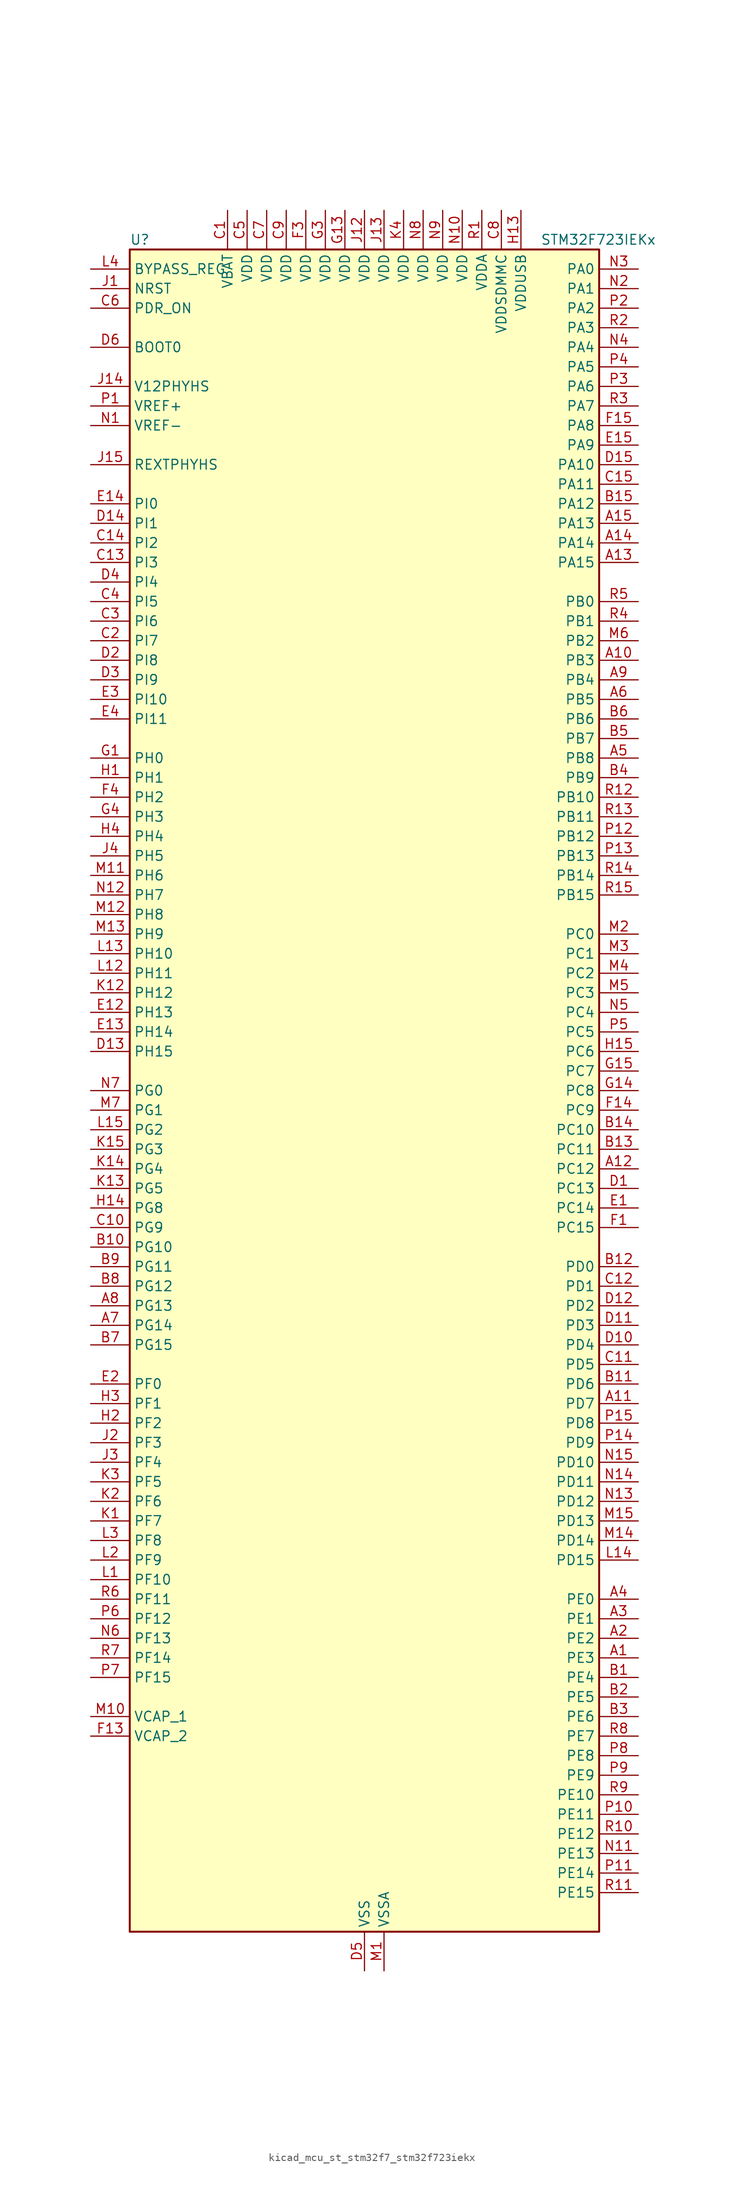
<source format=kicad_sym>
(kicad_symbol_lib
  (version 20220914)
  (generator kicad_symbol_editor)
  (symbol "kicad_mcu_st_stm32f7_stm32f723iekx"
    (property "Reference" "U"
      (at -30.48 110.49 0)
      (effects (font (size 1.27 1.27)) (justify left)))
    (property "Value" "STM32F723IEKx"
      (at 22.86 110.49 0)
      (effects (font (size 1.27 1.27)) (justify left)))
    (property "ki_locked" ""
      (at 0 0 0)
      (effects (font (size 1.27 1.27))))
    (symbol "kicad_mcu_st_stm32f7_stm32f723iekx_0_1"
      (rectangle (start -30.48 -109.22) (end 30.48 109.22) (stroke (width 0.254) (type default)) (fill (type background))))
    (symbol "kicad_mcu_st_stm32f7_stm32f723iekx_1_1"
      (pin bidirectional line (at 35.56 -73.66 180) (length 5.08) (name "PE3" (effects (font (size 1.27 1.27)))) (number "A1" (effects (font (size 1.27 1.27)))) (alternate "FMC_A19" bidirectional line) (alternate "SAI1_SD_B" bidirectional line) (alternate "SYS_TRACED0" bidirectional line))
      (pin bidirectional line (at 35.56 55.88 180) (length 5.08) (name "PB3" (effects (font (size 1.27 1.27)))) (number "A10" (effects (font (size 1.27 1.27)))) (alternate "I2S1_CK" bidirectional line) (alternate "I2S3_CK" bidirectional line) (alternate "SDMMC2_D2" bidirectional line) (alternate "SPI1_SCK" bidirectional line) (alternate "SPI3_SCK" bidirectional line) (alternate "SYS_JTDO-SWO" bidirectional line) (alternate "TIM2_CH2" bidirectional line))
      (pin bidirectional line (at 35.56 -40.64 180) (length 5.08) (name "PD7" (effects (font (size 1.27 1.27)))) (number "A11" (effects (font (size 1.27 1.27)))) (alternate "FMC_NE1" bidirectional line) (alternate "SDMMC2_CMD" bidirectional line) (alternate "USART2_CK" bidirectional line))
      (pin bidirectional line (at 35.56 -10.16 180) (length 5.08) (name "PC12" (effects (font (size 1.27 1.27)))) (number "A12" (effects (font (size 1.27 1.27)))) (alternate "I2S3_SD" bidirectional line) (alternate "SDMMC1_CK" bidirectional line) (alternate "SPI3_MOSI" bidirectional line) (alternate "SYS_TRACED3" bidirectional line) (alternate "UART5_TX" bidirectional line) (alternate "USART3_CK" bidirectional line))
      (pin bidirectional line (at 35.56 68.58 180) (length 5.08) (name "PA15" (effects (font (size 1.27 1.27)))) (number "A13" (effects (font (size 1.27 1.27)))) (alternate "I2S1_WS" bidirectional line) (alternate "I2S3_WS" bidirectional line) (alternate "SPI1_NSS" bidirectional line) (alternate "SPI3_NSS" bidirectional line) (alternate "SYS_JTDI" bidirectional line) (alternate "TIM2_CH1" bidirectional line) (alternate "TIM2_ETR" bidirectional line) (alternate "UART4_DE" bidirectional line) (alternate "UART4_RTS" bidirectional line))
      (pin bidirectional line (at 35.56 71.12 180) (length 5.08) (name "PA14" (effects (font (size 1.27 1.27)))) (number "A14" (effects (font (size 1.27 1.27)))) (alternate "SYS_JTCK-SWCLK" bidirectional line))
      (pin bidirectional line (at 35.56 73.66 180) (length 5.08) (name "PA13" (effects (font (size 1.27 1.27)))) (number "A15" (effects (font (size 1.27 1.27)))) (alternate "SYS_JTMS-SWDIO" bidirectional line))
      (pin bidirectional line (at 35.56 -71.12 180) (length 5.08) (name "PE2" (effects (font (size 1.27 1.27)))) (number "A2" (effects (font (size 1.27 1.27)))) (alternate "FMC_A23" bidirectional line) (alternate "QUADSPI_BK1_IO2" bidirectional line) (alternate "SAI1_MCLK_A" bidirectional line) (alternate "SPI4_SCK" bidirectional line) (alternate "SYS_TRACECLK" bidirectional line))
      (pin bidirectional line (at 35.56 -68.58 180) (length 5.08) (name "PE1" (effects (font (size 1.27 1.27)))) (number "A3" (effects (font (size 1.27 1.27)))) (alternate "FMC_NBL1" bidirectional line) (alternate "LPTIM1_IN2" bidirectional line) (alternate "UART8_TX" bidirectional line))
      (pin bidirectional line (at 35.56 -66.04 180) (length 5.08) (name "PE0" (effects (font (size 1.27 1.27)))) (number "A4" (effects (font (size 1.27 1.27)))) (alternate "FMC_NBL0" bidirectional line) (alternate "LPTIM1_ETR" bidirectional line) (alternate "SAI2_MCLK_A" bidirectional line) (alternate "TIM4_ETR" bidirectional line) (alternate "UART8_RX" bidirectional line))
      (pin bidirectional line (at 35.56 43.18 180) (length 5.08) (name "PB8" (effects (font (size 1.27 1.27)))) (number "A5" (effects (font (size 1.27 1.27)))) (alternate "CAN1_RX" bidirectional line) (alternate "I2C1_SCL" bidirectional line) (alternate "SDMMC1_D4" bidirectional line) (alternate "SDMMC2_D4" bidirectional line) (alternate "TIM10_CH1" bidirectional line) (alternate "TIM4_CH3" bidirectional line))
      (pin bidirectional line (at 35.56 50.8 180) (length 5.08) (name "PB5" (effects (font (size 1.27 1.27)))) (number "A6" (effects (font (size 1.27 1.27)))) (alternate "FMC_SDCKE1" bidirectional line) (alternate "I2C1_SMBA" bidirectional line) (alternate "I2S1_SD" bidirectional line) (alternate "I2S3_SD" bidirectional line) (alternate "SPI1_MOSI" bidirectional line) (alternate "SPI3_MOSI" bidirectional line) (alternate "TIM3_CH2" bidirectional line))
      (pin bidirectional line (at -35.56 -30.48 0) (length 5.08) (name "PG14" (effects (font (size 1.27 1.27)))) (number "A7" (effects (font (size 1.27 1.27)))) (alternate "FMC_A25" bidirectional line) (alternate "LPTIM1_ETR" bidirectional line) (alternate "QUADSPI_BK2_IO3" bidirectional line) (alternate "SYS_TRACED1" bidirectional line) (alternate "USART6_TX" bidirectional line))
      (pin bidirectional line (at -35.56 -27.94 0) (length 5.08) (name "PG13" (effects (font (size 1.27 1.27)))) (number "A8" (effects (font (size 1.27 1.27)))) (alternate "FMC_A24" bidirectional line) (alternate "LPTIM1_OUT" bidirectional line) (alternate "SYS_TRACED0" bidirectional line) (alternate "USART6_CTS" bidirectional line))
      (pin bidirectional line (at 35.56 53.34 180) (length 5.08) (name "PB4" (effects (font (size 1.27 1.27)))) (number "A9" (effects (font (size 1.27 1.27)))) (alternate "I2S2_WS" bidirectional line) (alternate "SDMMC2_D3" bidirectional line) (alternate "SPI1_MISO" bidirectional line) (alternate "SPI2_NSS" bidirectional line) (alternate "SPI3_MISO" bidirectional line) (alternate "SYS_JTRST" bidirectional line) (alternate "TIM3_CH1" bidirectional line))
      (pin bidirectional line (at 35.56 -76.2 180) (length 5.08) (name "PE4" (effects (font (size 1.27 1.27)))) (number "B1" (effects (font (size 1.27 1.27)))) (alternate "FMC_A20" bidirectional line) (alternate "SAI1_FS_A" bidirectional line) (alternate "SPI4_NSS" bidirectional line) (alternate "SYS_TRACED1" bidirectional line))
      (pin bidirectional line (at -35.56 -20.32 0) (length 5.08) (name "PG10" (effects (font (size 1.27 1.27)))) (number "B10" (effects (font (size 1.27 1.27)))) (alternate "FMC_NE3" bidirectional line) (alternate "SAI2_SD_B" bidirectional line) (alternate "SDMMC2_D1" bidirectional line))
      (pin bidirectional line (at 35.56 -38.1 180) (length 5.08) (name "PD6" (effects (font (size 1.27 1.27)))) (number "B11" (effects (font (size 1.27 1.27)))) (alternate "FMC_NWAIT" bidirectional line) (alternate "I2S3_SD" bidirectional line) (alternate "SAI1_SD_A" bidirectional line) (alternate "SDMMC2_CK" bidirectional line) (alternate "SPI3_MOSI" bidirectional line) (alternate "USART2_RX" bidirectional line))
      (pin bidirectional line (at 35.56 -22.86 180) (length 5.08) (name "PD0" (effects (font (size 1.27 1.27)))) (number "B12" (effects (font (size 1.27 1.27)))) (alternate "CAN1_RX" bidirectional line) (alternate "FMC_D2" bidirectional line) (alternate "FMC_DA2" bidirectional line))
      (pin bidirectional line (at 35.56 -7.62 180) (length 5.08) (name "PC11" (effects (font (size 1.27 1.27)))) (number "B13" (effects (font (size 1.27 1.27)))) (alternate "ADC1_EXTI11" bidirectional line) (alternate "ADC2_EXTI11" bidirectional line) (alternate "ADC3_EXTI11" bidirectional line) (alternate "QUADSPI_BK2_NCS" bidirectional line) (alternate "SDMMC1_D3" bidirectional line) (alternate "SPI3_MISO" bidirectional line) (alternate "UART4_RX" bidirectional line) (alternate "USART3_RX" bidirectional line))
      (pin bidirectional line (at 35.56 -5.08 180) (length 5.08) (name "PC10" (effects (font (size 1.27 1.27)))) (number "B14" (effects (font (size 1.27 1.27)))) (alternate "I2S3_CK" bidirectional line) (alternate "QUADSPI_BK1_IO1" bidirectional line) (alternate "SDMMC1_D2" bidirectional line) (alternate "SPI3_SCK" bidirectional line) (alternate "UART4_TX" bidirectional line) (alternate "USART3_TX" bidirectional line))
      (pin bidirectional line (at 35.56 76.2 180) (length 5.08) (name "PA12" (effects (font (size 1.27 1.27)))) (number "B15" (effects (font (size 1.27 1.27)))) (alternate "CAN1_TX" bidirectional line) (alternate "SAI2_FS_B" bidirectional line) (alternate "TIM1_ETR" bidirectional line) (alternate "USART1_DE" bidirectional line) (alternate "USART1_RTS" bidirectional line) (alternate "USB_OTG_FS_DP" bidirectional line))
      (pin bidirectional line (at 35.56 -78.74 180) (length 5.08) (name "PE5" (effects (font (size 1.27 1.27)))) (number "B2" (effects (font (size 1.27 1.27)))) (alternate "FMC_A21" bidirectional line) (alternate "SAI1_SCK_A" bidirectional line) (alternate "SPI4_MISO" bidirectional line) (alternate "SYS_TRACED2" bidirectional line) (alternate "TIM9_CH1" bidirectional line))
      (pin bidirectional line (at 35.56 -81.28 180) (length 5.08) (name "PE6" (effects (font (size 1.27 1.27)))) (number "B3" (effects (font (size 1.27 1.27)))) (alternate "FMC_A22" bidirectional line) (alternate "SAI1_SD_A" bidirectional line) (alternate "SAI2_MCLK_B" bidirectional line) (alternate "SPI4_MOSI" bidirectional line) (alternate "SYS_TRACED3" bidirectional line) (alternate "TIM1_BKIN2" bidirectional line) (alternate "TIM9_CH2" bidirectional line))
      (pin bidirectional line (at 35.56 40.64 180) (length 5.08) (name "PB9" (effects (font (size 1.27 1.27)))) (number "B4" (effects (font (size 1.27 1.27)))) (alternate "CAN1_TX" bidirectional line) (alternate "DAC_EXTI9" bidirectional line) (alternate "I2C1_SDA" bidirectional line) (alternate "I2S2_WS" bidirectional line) (alternate "SDMMC1_D5" bidirectional line) (alternate "SDMMC2_D5" bidirectional line) (alternate "SPI2_NSS" bidirectional line) (alternate "TIM11_CH1" bidirectional line) (alternate "TIM4_CH4" bidirectional line))
      (pin bidirectional line (at 35.56 45.72 180) (length 5.08) (name "PB7" (effects (font (size 1.27 1.27)))) (number "B5" (effects (font (size 1.27 1.27)))) (alternate "FMC_NL" bidirectional line) (alternate "I2C1_SDA" bidirectional line) (alternate "TIM4_CH2" bidirectional line) (alternate "USART1_RX" bidirectional line))
      (pin bidirectional line (at 35.56 48.26 180) (length 5.08) (name "PB6" (effects (font (size 1.27 1.27)))) (number "B6" (effects (font (size 1.27 1.27)))) (alternate "FMC_SDNE1" bidirectional line) (alternate "I2C1_SCL" bidirectional line) (alternate "QUADSPI_BK1_NCS" bidirectional line) (alternate "TIM4_CH1" bidirectional line) (alternate "USART1_TX" bidirectional line))
      (pin bidirectional line (at -35.56 -33.02 0) (length 5.08) (name "PG15" (effects (font (size 1.27 1.27)))) (number "B7" (effects (font (size 1.27 1.27)))) (alternate "FMC_SDNCAS" bidirectional line) (alternate "USART6_CTS" bidirectional line))
      (pin bidirectional line (at -35.56 -25.4 0) (length 5.08) (name "PG12" (effects (font (size 1.27 1.27)))) (number "B8" (effects (font (size 1.27 1.27)))) (alternate "FMC_NE4" bidirectional line) (alternate "LPTIM1_IN1" bidirectional line) (alternate "SDMMC2_D3" bidirectional line) (alternate "USART6_DE" bidirectional line) (alternate "USART6_RTS" bidirectional line))
      (pin bidirectional line (at -35.56 -22.86 0) (length 5.08) (name "PG11" (effects (font (size 1.27 1.27)))) (number "B9" (effects (font (size 1.27 1.27)))) (alternate "ADC1_EXTI11" bidirectional line) (alternate "ADC2_EXTI11" bidirectional line) (alternate "ADC3_EXTI11" bidirectional line) (alternate "FMC_INT" bidirectional line) (alternate "SDMMC2_D2" bidirectional line))
      (pin power_in line (at -17.78 114.3 270) (length 5.08) (name "VBAT" (effects (font (size 1.27 1.27)))) (number "C1" (effects (font (size 1.27 1.27)))))
      (pin bidirectional line (at -35.56 -17.78 0) (length 5.08) (name "PG9" (effects (font (size 1.27 1.27)))) (number "C10" (effects (font (size 1.27 1.27)))) (alternate "DAC_EXTI9" bidirectional line) (alternate "FMC_NCE" bidirectional line) (alternate "FMC_NE2" bidirectional line) (alternate "QUADSPI_BK2_IO2" bidirectional line) (alternate "SAI2_FS_B" bidirectional line) (alternate "SDMMC2_D0" bidirectional line) (alternate "USART6_RX" bidirectional line))
      (pin bidirectional line (at 35.56 -35.56 180) (length 5.08) (name "PD5" (effects (font (size 1.27 1.27)))) (number "C11" (effects (font (size 1.27 1.27)))) (alternate "FMC_NWE" bidirectional line) (alternate "USART2_TX" bidirectional line))
      (pin bidirectional line (at 35.56 -25.4 180) (length 5.08) (name "PD1" (effects (font (size 1.27 1.27)))) (number "C12" (effects (font (size 1.27 1.27)))) (alternate "CAN1_TX" bidirectional line) (alternate "FMC_D3" bidirectional line) (alternate "FMC_DA3" bidirectional line))
      (pin bidirectional line (at -35.56 68.58 0) (length 5.08) (name "PI3" (effects (font (size 1.27 1.27)))) (number "C13" (effects (font (size 1.27 1.27)))) (alternate "FMC_D27" bidirectional line) (alternate "I2S2_SD" bidirectional line) (alternate "SPI2_MOSI" bidirectional line) (alternate "TIM8_ETR" bidirectional line))
      (pin bidirectional line (at -35.56 71.12 0) (length 5.08) (name "PI2" (effects (font (size 1.27 1.27)))) (number "C14" (effects (font (size 1.27 1.27)))) (alternate "FMC_D26" bidirectional line) (alternate "SPI2_MISO" bidirectional line) (alternate "TIM8_CH4" bidirectional line))
      (pin bidirectional line (at 35.56 78.74 180) (length 5.08) (name "PA11" (effects (font (size 1.27 1.27)))) (number "C15" (effects (font (size 1.27 1.27)))) (alternate "ADC1_EXTI11" bidirectional line) (alternate "ADC2_EXTI11" bidirectional line) (alternate "ADC3_EXTI11" bidirectional line) (alternate "CAN1_RX" bidirectional line) (alternate "TIM1_CH4" bidirectional line) (alternate "USART1_CTS" bidirectional line) (alternate "USB_OTG_FS_DM" bidirectional line))
      (pin bidirectional line (at -35.56 58.42 0) (length 5.08) (name "PI7" (effects (font (size 1.27 1.27)))) (number "C2" (effects (font (size 1.27 1.27)))) (alternate "FMC_D29" bidirectional line) (alternate "SAI2_FS_A" bidirectional line) (alternate "TIM8_CH3" bidirectional line))
      (pin bidirectional line (at -35.56 60.96 0) (length 5.08) (name "PI6" (effects (font (size 1.27 1.27)))) (number "C3" (effects (font (size 1.27 1.27)))) (alternate "FMC_D28" bidirectional line) (alternate "SAI2_SD_A" bidirectional line) (alternate "TIM8_CH2" bidirectional line))
      (pin bidirectional line (at -35.56 63.5 0) (length 5.08) (name "PI5" (effects (font (size 1.27 1.27)))) (number "C4" (effects (font (size 1.27 1.27)))) (alternate "FMC_NBL3" bidirectional line) (alternate "SAI2_SCK_A" bidirectional line) (alternate "TIM8_CH1" bidirectional line))
      (pin power_in line (at -15.24 114.3 270) (length 5.08) (name "VDD" (effects (font (size 1.27 1.27)))) (number "C5" (effects (font (size 1.27 1.27)))))
      (pin input line (at -35.56 101.6 0) (length 5.08) (name "PDR_ON" (effects (font (size 1.27 1.27)))) (number "C6" (effects (font (size 1.27 1.27)))))
      (pin power_in line (at -12.7 114.3 270) (length 5.08) (name "VDD" (effects (font (size 1.27 1.27)))) (number "C7" (effects (font (size 1.27 1.27)))))
      (pin power_in line (at 17.78 114.3 270) (length 5.08) (name "VDDSDMMC" (effects (font (size 1.27 1.27)))) (number "C8" (effects (font (size 1.27 1.27)))))
      (pin power_in line (at -10.16 114.3 270) (length 5.08) (name "VDD" (effects (font (size 1.27 1.27)))) (number "C9" (effects (font (size 1.27 1.27)))))
      (pin bidirectional line (at 35.56 -12.7 180) (length 5.08) (name "PC13" (effects (font (size 1.27 1.27)))) (number "D1" (effects (font (size 1.27 1.27)))) (alternate "RTC_OUT" bidirectional line) (alternate "RTC_TAMP1" bidirectional line) (alternate "RTC_TS" bidirectional line) (alternate "SYS_WKUP4" bidirectional line))
      (pin bidirectional line (at 35.56 -33.02 180) (length 5.08) (name "PD4" (effects (font (size 1.27 1.27)))) (number "D10" (effects (font (size 1.27 1.27)))) (alternate "FMC_NOE" bidirectional line) (alternate "USART2_DE" bidirectional line) (alternate "USART2_RTS" bidirectional line))
      (pin bidirectional line (at 35.56 -30.48 180) (length 5.08) (name "PD3" (effects (font (size 1.27 1.27)))) (number "D11" (effects (font (size 1.27 1.27)))) (alternate "FMC_CLK" bidirectional line) (alternate "I2S2_CK" bidirectional line) (alternate "SPI2_SCK" bidirectional line) (alternate "USART2_CTS" bidirectional line))
      (pin bidirectional line (at 35.56 -27.94 180) (length 5.08) (name "PD2" (effects (font (size 1.27 1.27)))) (number "D12" (effects (font (size 1.27 1.27)))) (alternate "SDMMC1_CMD" bidirectional line) (alternate "SYS_TRACED2" bidirectional line) (alternate "TIM3_ETR" bidirectional line) (alternate "UART5_RX" bidirectional line))
      (pin bidirectional line (at -35.56 5.08 0) (length 5.08) (name "PH15" (effects (font (size 1.27 1.27)))) (number "D13" (effects (font (size 1.27 1.27)))) (alternate "FMC_D23" bidirectional line) (alternate "TIM8_CH3N" bidirectional line))
      (pin bidirectional line (at -35.56 73.66 0) (length 5.08) (name "PI1" (effects (font (size 1.27 1.27)))) (number "D14" (effects (font (size 1.27 1.27)))) (alternate "FMC_D25" bidirectional line) (alternate "I2S2_CK" bidirectional line) (alternate "SPI2_SCK" bidirectional line) (alternate "TIM8_BKIN2" bidirectional line))
      (pin bidirectional line (at 35.56 81.28 180) (length 5.08) (name "PA10" (effects (font (size 1.27 1.27)))) (number "D15" (effects (font (size 1.27 1.27)))) (alternate "TIM1_CH3" bidirectional line) (alternate "USART1_RX" bidirectional line) (alternate "USB_OTG_FS_ID" bidirectional line))
      (pin bidirectional line (at -35.56 55.88 0) (length 5.08) (name "PI8" (effects (font (size 1.27 1.27)))) (number "D2" (effects (font (size 1.27 1.27)))) (alternate "RTC_TAMP2" bidirectional line) (alternate "RTC_TS" bidirectional line) (alternate "SYS_WKUP5" bidirectional line))
      (pin bidirectional line (at -35.56 53.34 0) (length 5.08) (name "PI9" (effects (font (size 1.27 1.27)))) (number "D3" (effects (font (size 1.27 1.27)))) (alternate "CAN1_RX" bidirectional line) (alternate "DAC_EXTI9" bidirectional line) (alternate "FMC_D30" bidirectional line) (alternate "UART4_RX" bidirectional line))
      (pin bidirectional line (at -35.56 66.04 0) (length 5.08) (name "PI4" (effects (font (size 1.27 1.27)))) (number "D4" (effects (font (size 1.27 1.27)))) (alternate "FMC_NBL2" bidirectional line) (alternate "SAI2_MCLK_A" bidirectional line) (alternate "TIM8_BKIN" bidirectional line))
      (pin power_in line (at 0 -114.3 90) (length 5.08) (name "VSS" (effects (font (size 1.27 1.27)))) (number "D5" (effects (font (size 1.27 1.27)))))
      (pin input line (at -35.56 96.52 0) (length 5.08) (name "BOOT0" (effects (font (size 1.27 1.27)))) (number "D6" (effects (font (size 1.27 1.27)))))
      (pin passive line (at 0 -114.3 90) (length 5.08) hide (name "VSS" (effects (font (size 1.27 1.27)))) (number "D7" (effects (font (size 1.27 1.27)))))
      (pin passive line (at 0 -114.3 90) (length 5.08) hide (name "VSS" (effects (font (size 1.27 1.27)))) (number "D8" (effects (font (size 1.27 1.27)))))
      (pin passive line (at 0 -114.3 90) (length 5.08) hide (name "VSS" (effects (font (size 1.27 1.27)))) (number "D9" (effects (font (size 1.27 1.27)))))
      (pin bidirectional line (at 35.56 -15.24 180) (length 5.08) (name "PC14" (effects (font (size 1.27 1.27)))) (number "E1" (effects (font (size 1.27 1.27)))) (alternate "RCC_OSC32_IN" bidirectional line))
      (pin bidirectional line (at -35.56 10.16 0) (length 5.08) (name "PH13" (effects (font (size 1.27 1.27)))) (number "E12" (effects (font (size 1.27 1.27)))) (alternate "CAN1_TX" bidirectional line) (alternate "FMC_D21" bidirectional line) (alternate "TIM8_CH1N" bidirectional line) (alternate "UART4_TX" bidirectional line))
      (pin bidirectional line (at -35.56 7.62 0) (length 5.08) (name "PH14" (effects (font (size 1.27 1.27)))) (number "E13" (effects (font (size 1.27 1.27)))) (alternate "CAN1_RX" bidirectional line) (alternate "FMC_D22" bidirectional line) (alternate "TIM8_CH2N" bidirectional line) (alternate "UART4_RX" bidirectional line))
      (pin bidirectional line (at -35.56 76.2 0) (length 5.08) (name "PI0" (effects (font (size 1.27 1.27)))) (number "E14" (effects (font (size 1.27 1.27)))) (alternate "FMC_D24" bidirectional line) (alternate "I2S2_WS" bidirectional line) (alternate "SPI2_NSS" bidirectional line) (alternate "TIM5_CH4" bidirectional line))
      (pin bidirectional line (at 35.56 83.82 180) (length 5.08) (name "PA9" (effects (font (size 1.27 1.27)))) (number "E15" (effects (font (size 1.27 1.27)))) (alternate "DAC_EXTI9" bidirectional line) (alternate "I2C3_SMBA" bidirectional line) (alternate "I2S2_CK" bidirectional line) (alternate "SPI2_SCK" bidirectional line) (alternate "TIM1_CH2" bidirectional line) (alternate "USART1_TX" bidirectional line) (alternate "USB_OTG_FS_VBUS" bidirectional line))
      (pin bidirectional line (at -35.56 -38.1 0) (length 5.08) (name "PF0" (effects (font (size 1.27 1.27)))) (number "E2" (effects (font (size 1.27 1.27)))) (alternate "FMC_A0" bidirectional line) (alternate "I2C2_SDA" bidirectional line))
      (pin bidirectional line (at -35.56 50.8 0) (length 5.08) (name "PI10" (effects (font (size 1.27 1.27)))) (number "E3" (effects (font (size 1.27 1.27)))) (alternate "FMC_D31" bidirectional line))
      (pin bidirectional line (at -35.56 48.26 0) (length 5.08) (name "PI11" (effects (font (size 1.27 1.27)))) (number "E4" (effects (font (size 1.27 1.27)))) (alternate "ADC1_EXTI11" bidirectional line) (alternate "ADC2_EXTI11" bidirectional line) (alternate "ADC3_EXTI11" bidirectional line) (alternate "SYS_WKUP6" bidirectional line))
      (pin bidirectional line (at 35.56 -17.78 180) (length 5.08) (name "PC15" (effects (font (size 1.27 1.27)))) (number "F1" (effects (font (size 1.27 1.27)))) (alternate "RCC_OSC32_OUT" bidirectional line))
      (pin passive line (at 0 -114.3 90) (length 5.08) hide (name "VSS" (effects (font (size 1.27 1.27)))) (number "F10" (effects (font (size 1.27 1.27)))))
      (pin passive line (at 0 -114.3 90) (length 5.08) hide (name "VSS" (effects (font (size 1.27 1.27)))) (number "F12" (effects (font (size 1.27 1.27)))))
      (pin power_out line (at -35.56 -83.82 0) (length 5.08) (name "VCAP_2" (effects (font (size 1.27 1.27)))) (number "F13" (effects (font (size 1.27 1.27)))))
      (pin bidirectional line (at 35.56 -2.54 180) (length 5.08) (name "PC9" (effects (font (size 1.27 1.27)))) (number "F14" (effects (font (size 1.27 1.27)))) (alternate "DAC_EXTI9" bidirectional line) (alternate "I2C3_SDA" bidirectional line) (alternate "I2S_CKIN" bidirectional line) (alternate "QUADSPI_BK1_IO0" bidirectional line) (alternate "RCC_MCO_2" bidirectional line) (alternate "SDMMC1_D1" bidirectional line) (alternate "TIM3_CH4" bidirectional line) (alternate "TIM8_CH4" bidirectional line) (alternate "UART5_CTS" bidirectional line))
      (pin bidirectional line (at 35.56 86.36 180) (length 5.08) (name "PA8" (effects (font (size 1.27 1.27)))) (number "F15" (effects (font (size 1.27 1.27)))) (alternate "I2C3_SCL" bidirectional line) (alternate "RCC_MCO_1" bidirectional line) (alternate "TIM1_CH1" bidirectional line) (alternate "TIM8_BKIN2" bidirectional line) (alternate "USART1_CK" bidirectional line) (alternate "USB_OTG_FS_SOF" bidirectional line))
      (pin passive line (at 0 -114.3 90) (length 5.08) hide (name "VSS" (effects (font (size 1.27 1.27)))) (number "F2" (effects (font (size 1.27 1.27)))))
      (pin power_in line (at -7.62 114.3 270) (length 5.08) (name "VDD" (effects (font (size 1.27 1.27)))) (number "F3" (effects (font (size 1.27 1.27)))))
      (pin bidirectional line (at -35.56 38.1 0) (length 5.08) (name "PH2" (effects (font (size 1.27 1.27)))) (number "F4" (effects (font (size 1.27 1.27)))) (alternate "FMC_SDCKE0" bidirectional line) (alternate "LPTIM1_IN2" bidirectional line) (alternate "QUADSPI_BK2_IO0" bidirectional line) (alternate "SAI2_SCK_B" bidirectional line))
      (pin passive line (at 0 -114.3 90) (length 5.08) hide (name "VSS" (effects (font (size 1.27 1.27)))) (number "F6" (effects (font (size 1.27 1.27)))))
      (pin passive line (at 0 -114.3 90) (length 5.08) hide (name "VSS" (effects (font (size 1.27 1.27)))) (number "F7" (effects (font (size 1.27 1.27)))))
      (pin passive line (at 0 -114.3 90) (length 5.08) hide (name "VSS" (effects (font (size 1.27 1.27)))) (number "F8" (effects (font (size 1.27 1.27)))))
      (pin passive line (at 0 -114.3 90) (length 5.08) hide (name "VSS" (effects (font (size 1.27 1.27)))) (number "F9" (effects (font (size 1.27 1.27)))))
      (pin bidirectional line (at -35.56 43.18 0) (length 5.08) (name "PH0" (effects (font (size 1.27 1.27)))) (number "G1" (effects (font (size 1.27 1.27)))) (alternate "RCC_OSC_IN" bidirectional line))
      (pin passive line (at 0 -114.3 90) (length 5.08) hide (name "VSS" (effects (font (size 1.27 1.27)))) (number "G10" (effects (font (size 1.27 1.27)))))
      (pin passive line (at 0 -114.3 90) (length 5.08) hide (name "VSS" (effects (font (size 1.27 1.27)))) (number "G12" (effects (font (size 1.27 1.27)))))
      (pin power_in line (at -2.54 114.3 270) (length 5.08) (name "VDD" (effects (font (size 1.27 1.27)))) (number "G13" (effects (font (size 1.27 1.27)))))
      (pin bidirectional line (at 35.56 0 180) (length 5.08) (name "PC8" (effects (font (size 1.27 1.27)))) (number "G14" (effects (font (size 1.27 1.27)))) (alternate "SDMMC1_D0" bidirectional line) (alternate "SYS_TRACED1" bidirectional line) (alternate "TIM3_CH3" bidirectional line) (alternate "TIM8_CH3" bidirectional line) (alternate "UART5_DE" bidirectional line) (alternate "UART5_RTS" bidirectional line) (alternate "USART6_CK" bidirectional line))
      (pin bidirectional line (at 35.56 2.54 180) (length 5.08) (name "PC7" (effects (font (size 1.27 1.27)))) (number "G15" (effects (font (size 1.27 1.27)))) (alternate "I2S3_MCK" bidirectional line) (alternate "SDMMC1_D7" bidirectional line) (alternate "SDMMC2_D7" bidirectional line) (alternate "TIM3_CH2" bidirectional line) (alternate "TIM8_CH2" bidirectional line) (alternate "USART6_RX" bidirectional line))
      (pin passive line (at 0 -114.3 90) (length 5.08) hide (name "VSS" (effects (font (size 1.27 1.27)))) (number "G2" (effects (font (size 1.27 1.27)))))
      (pin power_in line (at -5.08 114.3 270) (length 5.08) (name "VDD" (effects (font (size 1.27 1.27)))) (number "G3" (effects (font (size 1.27 1.27)))))
      (pin bidirectional line (at -35.56 35.56 0) (length 5.08) (name "PH3" (effects (font (size 1.27 1.27)))) (number "G4" (effects (font (size 1.27 1.27)))) (alternate "FMC_SDNE0" bidirectional line) (alternate "QUADSPI_BK2_IO1" bidirectional line) (alternate "SAI2_MCLK_B" bidirectional line))
      (pin passive line (at 0 -114.3 90) (length 5.08) hide (name "VSS" (effects (font (size 1.27 1.27)))) (number "G6" (effects (font (size 1.27 1.27)))))
      (pin passive line (at 0 -114.3 90) (length 5.08) hide (name "VSS" (effects (font (size 1.27 1.27)))) (number "G7" (effects (font (size 1.27 1.27)))))
      (pin passive line (at 0 -114.3 90) (length 5.08) hide (name "VSS" (effects (font (size 1.27 1.27)))) (number "G8" (effects (font (size 1.27 1.27)))))
      (pin passive line (at 0 -114.3 90) (length 5.08) hide (name "VSS" (effects (font (size 1.27 1.27)))) (number "G9" (effects (font (size 1.27 1.27)))))
      (pin bidirectional line (at -35.56 40.64 0) (length 5.08) (name "PH1" (effects (font (size 1.27 1.27)))) (number "H1" (effects (font (size 1.27 1.27)))) (alternate "RCC_OSC_OUT" bidirectional line))
      (pin passive line (at 0 -114.3 90) (length 5.08) hide (name "VSS" (effects (font (size 1.27 1.27)))) (number "H10" (effects (font (size 1.27 1.27)))))
      (pin passive line (at 0 -114.3 90) (length 5.08) hide (name "VSS" (effects (font (size 1.27 1.27)))) (number "H12" (effects (font (size 1.27 1.27)))))
      (pin power_in line (at 20.32 114.3 270) (length 5.08) (name "VDDUSB" (effects (font (size 1.27 1.27)))) (number "H13" (effects (font (size 1.27 1.27)))))
      (pin bidirectional line (at -35.56 -15.24 0) (length 5.08) (name "PG8" (effects (font (size 1.27 1.27)))) (number "H14" (effects (font (size 1.27 1.27)))) (alternate "FMC_SDCLK" bidirectional line) (alternate "USART6_DE" bidirectional line) (alternate "USART6_RTS" bidirectional line))
      (pin bidirectional line (at 35.56 5.08 180) (length 5.08) (name "PC6" (effects (font (size 1.27 1.27)))) (number "H15" (effects (font (size 1.27 1.27)))) (alternate "I2S2_MCK" bidirectional line) (alternate "SDMMC1_D6" bidirectional line) (alternate "SDMMC2_D6" bidirectional line) (alternate "TIM3_CH1" bidirectional line) (alternate "TIM8_CH1" bidirectional line) (alternate "USART6_TX" bidirectional line))
      (pin bidirectional line (at -35.56 -43.18 0) (length 5.08) (name "PF2" (effects (font (size 1.27 1.27)))) (number "H2" (effects (font (size 1.27 1.27)))) (alternate "FMC_A2" bidirectional line) (alternate "I2C2_SMBA" bidirectional line))
      (pin bidirectional line (at -35.56 -40.64 0) (length 5.08) (name "PF1" (effects (font (size 1.27 1.27)))) (number "H3" (effects (font (size 1.27 1.27)))) (alternate "FMC_A1" bidirectional line) (alternate "I2C2_SCL" bidirectional line))
      (pin bidirectional line (at -35.56 33.02 0) (length 5.08) (name "PH4" (effects (font (size 1.27 1.27)))) (number "H4" (effects (font (size 1.27 1.27)))) (alternate "I2C2_SCL" bidirectional line))
      (pin passive line (at 0 -114.3 90) (length 5.08) hide (name "VSS" (effects (font (size 1.27 1.27)))) (number "H6" (effects (font (size 1.27 1.27)))))
      (pin passive line (at 0 -114.3 90) (length 5.08) hide (name "VSS" (effects (font (size 1.27 1.27)))) (number "H7" (effects (font (size 1.27 1.27)))))
      (pin passive line (at 0 -114.3 90) (length 5.08) hide (name "VSS" (effects (font (size 1.27 1.27)))) (number "H8" (effects (font (size 1.27 1.27)))))
      (pin passive line (at 0 -114.3 90) (length 5.08) hide (name "VSS" (effects (font (size 1.27 1.27)))) (number "H9" (effects (font (size 1.27 1.27)))))
      (pin input line (at -35.56 104.14 0) (length 5.08) (name "NRST" (effects (font (size 1.27 1.27)))) (number "J1" (effects (font (size 1.27 1.27)))))
      (pin passive line (at 0 -114.3 90) (length 5.08) hide (name "VSS" (effects (font (size 1.27 1.27)))) (number "J10" (effects (font (size 1.27 1.27)))))
      (pin power_in line (at 0 114.3 270) (length 5.08) (name "VDD" (effects (font (size 1.27 1.27)))) (number "J12" (effects (font (size 1.27 1.27)))))
      (pin power_in line (at 2.54 114.3 270) (length 5.08) (name "VDD" (effects (font (size 1.27 1.27)))) (number "J13" (effects (font (size 1.27 1.27)))))
      (pin power_in line (at -35.56 91.44 0) (length 5.08) (name "V12PHYHS" (effects (font (size 1.27 1.27)))) (number "J14" (effects (font (size 1.27 1.27)))))
      (pin bidirectional line (at -35.56 81.28 0) (length 5.08) (name "REXTPHYHS" (effects (font (size 1.27 1.27)))) (number "J15" (effects (font (size 1.27 1.27)))) (alternate "USB_OTG_HS_REXTPHYHS" bidirectional line))
      (pin bidirectional line (at -35.56 -45.72 0) (length 5.08) (name "PF3" (effects (font (size 1.27 1.27)))) (number "J2" (effects (font (size 1.27 1.27)))) (alternate "ADC3_IN9" bidirectional line) (alternate "FMC_A3" bidirectional line))
      (pin bidirectional line (at -35.56 -48.26 0) (length 5.08) (name "PF4" (effects (font (size 1.27 1.27)))) (number "J3" (effects (font (size 1.27 1.27)))) (alternate "ADC3_IN14" bidirectional line) (alternate "FMC_A4" bidirectional line))
      (pin bidirectional line (at -35.56 30.48 0) (length 5.08) (name "PH5" (effects (font (size 1.27 1.27)))) (number "J4" (effects (font (size 1.27 1.27)))) (alternate "FMC_SDNWE" bidirectional line) (alternate "I2C2_SDA" bidirectional line) (alternate "SPI5_NSS" bidirectional line))
      (pin passive line (at 0 -114.3 90) (length 5.08) hide (name "VSS" (effects (font (size 1.27 1.27)))) (number "J6" (effects (font (size 1.27 1.27)))))
      (pin passive line (at 0 -114.3 90) (length 5.08) hide (name "VSS" (effects (font (size 1.27 1.27)))) (number "J7" (effects (font (size 1.27 1.27)))))
      (pin passive line (at 0 -114.3 90) (length 5.08) hide (name "VSS" (effects (font (size 1.27 1.27)))) (number "J8" (effects (font (size 1.27 1.27)))))
      (pin passive line (at 0 -114.3 90) (length 5.08) hide (name "VSS" (effects (font (size 1.27 1.27)))) (number "J9" (effects (font (size 1.27 1.27)))))
      (pin bidirectional line (at -35.56 -55.88 0) (length 5.08) (name "PF7" (effects (font (size 1.27 1.27)))) (number "K1" (effects (font (size 1.27 1.27)))) (alternate "ADC3_IN5" bidirectional line) (alternate "QUADSPI_BK1_IO2" bidirectional line) (alternate "SAI1_MCLK_B" bidirectional line) (alternate "SPI5_SCK" bidirectional line) (alternate "TIM11_CH1" bidirectional line) (alternate "UART7_TX" bidirectional line))
      (pin passive line (at 0 -114.3 90) (length 5.08) hide (name "VSS" (effects (font (size 1.27 1.27)))) (number "K10" (effects (font (size 1.27 1.27)))))
      (pin bidirectional line (at -35.56 12.7 0) (length 5.08) (name "PH12" (effects (font (size 1.27 1.27)))) (number "K12" (effects (font (size 1.27 1.27)))) (alternate "FMC_D20" bidirectional line) (alternate "TIM5_CH3" bidirectional line))
      (pin bidirectional line (at -35.56 -12.7 0) (length 5.08) (name "PG5" (effects (font (size 1.27 1.27)))) (number "K13" (effects (font (size 1.27 1.27)))) (alternate "FMC_A15" bidirectional line) (alternate "FMC_BA1" bidirectional line))
      (pin bidirectional line (at -35.56 -10.16 0) (length 5.08) (name "PG4" (effects (font (size 1.27 1.27)))) (number "K14" (effects (font (size 1.27 1.27)))) (alternate "FMC_A14" bidirectional line) (alternate "FMC_BA0" bidirectional line))
      (pin bidirectional line (at -35.56 -7.62 0) (length 5.08) (name "PG3" (effects (font (size 1.27 1.27)))) (number "K15" (effects (font (size 1.27 1.27)))) (alternate "FMC_A13" bidirectional line))
      (pin bidirectional line (at -35.56 -53.34 0) (length 5.08) (name "PF6" (effects (font (size 1.27 1.27)))) (number "K2" (effects (font (size 1.27 1.27)))) (alternate "ADC3_IN4" bidirectional line) (alternate "QUADSPI_BK1_IO3" bidirectional line) (alternate "SAI1_SD_B" bidirectional line) (alternate "SPI5_NSS" bidirectional line) (alternate "TIM10_CH1" bidirectional line) (alternate "UART7_RX" bidirectional line))
      (pin bidirectional line (at -35.56 -50.8 0) (length 5.08) (name "PF5" (effects (font (size 1.27 1.27)))) (number "K3" (effects (font (size 1.27 1.27)))) (alternate "ADC3_IN15" bidirectional line) (alternate "FMC_A5" bidirectional line))
      (pin power_in line (at 5.08 114.3 270) (length 5.08) (name "VDD" (effects (font (size 1.27 1.27)))) (number "K4" (effects (font (size 1.27 1.27)))))
      (pin passive line (at 0 -114.3 90) (length 5.08) hide (name "VSS" (effects (font (size 1.27 1.27)))) (number "K6" (effects (font (size 1.27 1.27)))))
      (pin passive line (at 0 -114.3 90) (length 5.08) hide (name "VSS" (effects (font (size 1.27 1.27)))) (number "K7" (effects (font (size 1.27 1.27)))))
      (pin passive line (at 0 -114.3 90) (length 5.08) hide (name "VSS" (effects (font (size 1.27 1.27)))) (number "K8" (effects (font (size 1.27 1.27)))))
      (pin passive line (at 0 -114.3 90) (length 5.08) hide (name "VSS" (effects (font (size 1.27 1.27)))) (number "K9" (effects (font (size 1.27 1.27)))))
      (pin bidirectional line (at -35.56 -63.5 0) (length 5.08) (name "PF10" (effects (font (size 1.27 1.27)))) (number "L1" (effects (font (size 1.27 1.27)))) (alternate "ADC3_IN8" bidirectional line))
      (pin bidirectional line (at -35.56 15.24 0) (length 5.08) (name "PH11" (effects (font (size 1.27 1.27)))) (number "L12" (effects (font (size 1.27 1.27)))) (alternate "ADC1_EXTI11" bidirectional line) (alternate "ADC2_EXTI11" bidirectional line) (alternate "ADC3_EXTI11" bidirectional line) (alternate "FMC_D19" bidirectional line) (alternate "TIM5_CH2" bidirectional line))
      (pin bidirectional line (at -35.56 17.78 0) (length 5.08) (name "PH10" (effects (font (size 1.27 1.27)))) (number "L13" (effects (font (size 1.27 1.27)))) (alternate "FMC_D18" bidirectional line) (alternate "TIM5_CH1" bidirectional line))
      (pin bidirectional line (at 35.56 -60.96 180) (length 5.08) (name "PD15" (effects (font (size 1.27 1.27)))) (number "L14" (effects (font (size 1.27 1.27)))) (alternate "FMC_D1" bidirectional line) (alternate "FMC_DA1" bidirectional line) (alternate "TIM4_CH4" bidirectional line) (alternate "UART8_DE" bidirectional line) (alternate "UART8_RTS" bidirectional line))
      (pin bidirectional line (at -35.56 -5.08 0) (length 5.08) (name "PG2" (effects (font (size 1.27 1.27)))) (number "L15" (effects (font (size 1.27 1.27)))) (alternate "FMC_A12" bidirectional line))
      (pin bidirectional line (at -35.56 -60.96 0) (length 5.08) (name "PF9" (effects (font (size 1.27 1.27)))) (number "L2" (effects (font (size 1.27 1.27)))) (alternate "ADC3_IN7" bidirectional line) (alternate "DAC_EXTI9" bidirectional line) (alternate "QUADSPI_BK1_IO1" bidirectional line) (alternate "SAI1_FS_B" bidirectional line) (alternate "SPI5_MOSI" bidirectional line) (alternate "TIM14_CH1" bidirectional line) (alternate "UART7_CTS" bidirectional line))
      (pin bidirectional line (at -35.56 -58.42 0) (length 5.08) (name "PF8" (effects (font (size 1.27 1.27)))) (number "L3" (effects (font (size 1.27 1.27)))) (alternate "ADC3_IN6" bidirectional line) (alternate "QUADSPI_BK1_IO0" bidirectional line) (alternate "SAI1_SCK_B" bidirectional line) (alternate "SPI5_MISO" bidirectional line) (alternate "TIM13_CH1" bidirectional line) (alternate "UART7_DE" bidirectional line) (alternate "UART7_RTS" bidirectional line))
      (pin input line (at -35.56 106.68 0) (length 5.08) (name "BYPASS_REG" (effects (font (size 1.27 1.27)))) (number "L4" (effects (font (size 1.27 1.27)))))
      (pin power_in line (at 2.54 -114.3 90) (length 5.08) (name "VSSA" (effects (font (size 1.27 1.27)))) (number "M1" (effects (font (size 1.27 1.27)))))
      (pin power_out line (at -35.56 -81.28 0) (length 5.08) (name "VCAP_1" (effects (font (size 1.27 1.27)))) (number "M10" (effects (font (size 1.27 1.27)))))
      (pin bidirectional line (at -35.56 27.94 0) (length 5.08) (name "PH6" (effects (font (size 1.27 1.27)))) (number "M11" (effects (font (size 1.27 1.27)))) (alternate "FMC_SDNE1" bidirectional line) (alternate "I2C2_SMBA" bidirectional line) (alternate "SPI5_SCK" bidirectional line) (alternate "TIM12_CH1" bidirectional line))
      (pin bidirectional line (at -35.56 22.86 0) (length 5.08) (name "PH8" (effects (font (size 1.27 1.27)))) (number "M12" (effects (font (size 1.27 1.27)))) (alternate "FMC_D16" bidirectional line) (alternate "I2C3_SDA" bidirectional line))
      (pin bidirectional line (at -35.56 20.32 0) (length 5.08) (name "PH9" (effects (font (size 1.27 1.27)))) (number "M13" (effects (font (size 1.27 1.27)))) (alternate "DAC_EXTI9" bidirectional line) (alternate "FMC_D17" bidirectional line) (alternate "I2C3_SMBA" bidirectional line) (alternate "TIM12_CH2" bidirectional line))
      (pin bidirectional line (at 35.56 -58.42 180) (length 5.08) (name "PD14" (effects (font (size 1.27 1.27)))) (number "M14" (effects (font (size 1.27 1.27)))) (alternate "FMC_D0" bidirectional line) (alternate "FMC_DA0" bidirectional line) (alternate "TIM4_CH3" bidirectional line) (alternate "UART8_CTS" bidirectional line))
      (pin bidirectional line (at 35.56 -55.88 180) (length 5.08) (name "PD13" (effects (font (size 1.27 1.27)))) (number "M15" (effects (font (size 1.27 1.27)))) (alternate "FMC_A18" bidirectional line) (alternate "LPTIM1_OUT" bidirectional line) (alternate "QUADSPI_BK1_IO3" bidirectional line) (alternate "SAI2_SCK_A" bidirectional line) (alternate "TIM4_CH2" bidirectional line))
      (pin bidirectional line (at 35.56 20.32 180) (length 5.08) (name "PC0" (effects (font (size 1.27 1.27)))) (number "M2" (effects (font (size 1.27 1.27)))) (alternate "ADC1_IN10" bidirectional line) (alternate "ADC2_IN10" bidirectional line) (alternate "ADC3_IN10" bidirectional line) (alternate "FMC_SDNWE" bidirectional line) (alternate "SAI2_FS_B" bidirectional line))
      (pin bidirectional line (at 35.56 17.78 180) (length 5.08) (name "PC1" (effects (font (size 1.27 1.27)))) (number "M3" (effects (font (size 1.27 1.27)))) (alternate "ADC1_IN11" bidirectional line) (alternate "ADC2_IN11" bidirectional line) (alternate "ADC3_IN11" bidirectional line) (alternate "I2S2_SD" bidirectional line) (alternate "RTC_TAMP3" bidirectional line) (alternate "RTC_TS" bidirectional line) (alternate "SAI1_SD_A" bidirectional line) (alternate "SPI2_MOSI" bidirectional line) (alternate "SYS_TRACED0" bidirectional line) (alternate "SYS_WKUP3" bidirectional line))
      (pin bidirectional line (at 35.56 15.24 180) (length 5.08) (name "PC2" (effects (font (size 1.27 1.27)))) (number "M4" (effects (font (size 1.27 1.27)))) (alternate "ADC1_IN12" bidirectional line) (alternate "ADC2_IN12" bidirectional line) (alternate "ADC3_IN12" bidirectional line) (alternate "FMC_SDNE0" bidirectional line) (alternate "SPI2_MISO" bidirectional line))
      (pin bidirectional line (at 35.56 12.7 180) (length 5.08) (name "PC3" (effects (font (size 1.27 1.27)))) (number "M5" (effects (font (size 1.27 1.27)))) (alternate "ADC1_IN13" bidirectional line) (alternate "ADC2_IN13" bidirectional line) (alternate "ADC3_IN13" bidirectional line) (alternate "FMC_SDCKE0" bidirectional line) (alternate "I2S2_SD" bidirectional line) (alternate "SPI2_MOSI" bidirectional line))
      (pin bidirectional line (at 35.56 58.42 180) (length 5.08) (name "PB2" (effects (font (size 1.27 1.27)))) (number "M6" (effects (font (size 1.27 1.27)))) (alternate "I2S3_SD" bidirectional line) (alternate "QUADSPI_CLK" bidirectional line) (alternate "SAI1_SD_A" bidirectional line) (alternate "SPI3_MOSI" bidirectional line))
      (pin bidirectional line (at -35.56 -2.54 0) (length 5.08) (name "PG1" (effects (font (size 1.27 1.27)))) (number "M7" (effects (font (size 1.27 1.27)))) (alternate "FMC_A11" bidirectional line))
      (pin passive line (at 0 -114.3 90) (length 5.08) hide (name "VSS" (effects (font (size 1.27 1.27)))) (number "M8" (effects (font (size 1.27 1.27)))))
      (pin passive line (at 0 -114.3 90) (length 5.08) hide (name "VSS" (effects (font (size 1.27 1.27)))) (number "M9" (effects (font (size 1.27 1.27)))))
      (pin input line (at -35.56 86.36 0) (length 5.08) (name "VREF-" (effects (font (size 1.27 1.27)))) (number "N1" (effects (font (size 1.27 1.27)))))
      (pin power_in line (at 12.7 114.3 270) (length 5.08) (name "VDD" (effects (font (size 1.27 1.27)))) (number "N10" (effects (font (size 1.27 1.27)))))
      (pin bidirectional line (at 35.56 -99.06 180) (length 5.08) (name "PE13" (effects (font (size 1.27 1.27)))) (number "N11" (effects (font (size 1.27 1.27)))) (alternate "FMC_D10" bidirectional line) (alternate "FMC_DA10" bidirectional line) (alternate "SAI2_FS_B" bidirectional line) (alternate "SPI4_MISO" bidirectional line) (alternate "TIM1_CH3" bidirectional line))
      (pin bidirectional line (at -35.56 25.4 0) (length 5.08) (name "PH7" (effects (font (size 1.27 1.27)))) (number "N12" (effects (font (size 1.27 1.27)))) (alternate "FMC_SDCKE1" bidirectional line) (alternate "I2C3_SCL" bidirectional line) (alternate "SPI5_MISO" bidirectional line))
      (pin bidirectional line (at 35.56 -53.34 180) (length 5.08) (name "PD12" (effects (font (size 1.27 1.27)))) (number "N13" (effects (font (size 1.27 1.27)))) (alternate "FMC_A17" bidirectional line) (alternate "FMC_ALE" bidirectional line) (alternate "LPTIM1_IN1" bidirectional line) (alternate "QUADSPI_BK1_IO1" bidirectional line) (alternate "SAI2_FS_A" bidirectional line) (alternate "TIM4_CH1" bidirectional line) (alternate "USART3_DE" bidirectional line) (alternate "USART3_RTS" bidirectional line))
      (pin bidirectional line (at 35.56 -50.8 180) (length 5.08) (name "PD11" (effects (font (size 1.27 1.27)))) (number "N14" (effects (font (size 1.27 1.27)))) (alternate "ADC1_EXTI11" bidirectional line) (alternate "ADC2_EXTI11" bidirectional line) (alternate "ADC3_EXTI11" bidirectional line) (alternate "FMC_A16" bidirectional line) (alternate "FMC_CLE" bidirectional line) (alternate "QUADSPI_BK1_IO0" bidirectional line) (alternate "SAI2_SD_A" bidirectional line) (alternate "USART3_CTS" bidirectional line))
      (pin bidirectional line (at 35.56 -48.26 180) (length 5.08) (name "PD10" (effects (font (size 1.27 1.27)))) (number "N15" (effects (font (size 1.27 1.27)))) (alternate "FMC_D15" bidirectional line) (alternate "FMC_DA15" bidirectional line) (alternate "USART3_CK" bidirectional line))
      (pin bidirectional line (at 35.56 104.14 180) (length 5.08) (name "PA1" (effects (font (size 1.27 1.27)))) (number "N2" (effects (font (size 1.27 1.27)))) (alternate "ADC1_IN1" bidirectional line) (alternate "ADC2_IN1" bidirectional line) (alternate "ADC3_IN1" bidirectional line) (alternate "QUADSPI_BK1_IO3" bidirectional line) (alternate "SAI2_MCLK_B" bidirectional line) (alternate "TIM2_CH2" bidirectional line) (alternate "TIM5_CH2" bidirectional line) (alternate "UART4_RX" bidirectional line) (alternate "USART2_DE" bidirectional line) (alternate "USART2_RTS" bidirectional line))
      (pin bidirectional line (at 35.56 106.68 180) (length 5.08) (name "PA0" (effects (font (size 1.27 1.27)))) (number "N3" (effects (font (size 1.27 1.27)))) (alternate "ADC1_IN0" bidirectional line) (alternate "ADC2_IN0" bidirectional line) (alternate "ADC3_IN0" bidirectional line) (alternate "SAI2_SD_B" bidirectional line) (alternate "SYS_WKUP1" bidirectional line) (alternate "TIM2_CH1" bidirectional line) (alternate "TIM2_ETR" bidirectional line) (alternate "TIM5_CH1" bidirectional line) (alternate "TIM8_ETR" bidirectional line) (alternate "UART4_TX" bidirectional line) (alternate "USART2_CTS" bidirectional line))
      (pin bidirectional line (at 35.56 96.52 180) (length 5.08) (name "PA4" (effects (font (size 1.27 1.27)))) (number "N4" (effects (font (size 1.27 1.27)))) (alternate "ADC1_IN4" bidirectional line) (alternate "ADC2_IN4" bidirectional line) (alternate "DAC_OUT1" bidirectional line) (alternate "I2S1_WS" bidirectional line) (alternate "I2S3_WS" bidirectional line) (alternate "SPI1_NSS" bidirectional line) (alternate "SPI3_NSS" bidirectional line) (alternate "USART2_CK" bidirectional line) (alternate "USB_OTG_HS_SOF" bidirectional line))
      (pin bidirectional line (at 35.56 10.16 180) (length 5.08) (name "PC4" (effects (font (size 1.27 1.27)))) (number "N5" (effects (font (size 1.27 1.27)))) (alternate "ADC1_IN14" bidirectional line) (alternate "ADC2_IN14" bidirectional line) (alternate "FMC_SDNE0" bidirectional line) (alternate "I2S1_MCK" bidirectional line))
      (pin bidirectional line (at -35.56 -71.12 0) (length 5.08) (name "PF13" (effects (font (size 1.27 1.27)))) (number "N6" (effects (font (size 1.27 1.27)))) (alternate "FMC_A7" bidirectional line))
      (pin bidirectional line (at -35.56 0 0) (length 5.08) (name "PG0" (effects (font (size 1.27 1.27)))) (number "N7" (effects (font (size 1.27 1.27)))) (alternate "FMC_A10" bidirectional line))
      (pin power_in line (at 7.62 114.3 270) (length 5.08) (name "VDD" (effects (font (size 1.27 1.27)))) (number "N8" (effects (font (size 1.27 1.27)))))
      (pin power_in line (at 10.16 114.3 270) (length 5.08) (name "VDD" (effects (font (size 1.27 1.27)))) (number "N9" (effects (font (size 1.27 1.27)))))
      (pin input line (at -35.56 88.9 0) (length 5.08) (name "VREF+" (effects (font (size 1.27 1.27)))) (number "P1" (effects (font (size 1.27 1.27)))))
      (pin bidirectional line (at 35.56 -93.98 180) (length 5.08) (name "PE11" (effects (font (size 1.27 1.27)))) (number "P10" (effects (font (size 1.27 1.27)))) (alternate "ADC1_EXTI11" bidirectional line) (alternate "ADC2_EXTI11" bidirectional line) (alternate "ADC3_EXTI11" bidirectional line) (alternate "FMC_D8" bidirectional line) (alternate "FMC_DA8" bidirectional line) (alternate "SAI2_SD_B" bidirectional line) (alternate "SPI4_NSS" bidirectional line) (alternate "TIM1_CH2" bidirectional line))
      (pin bidirectional line (at 35.56 -101.6 180) (length 5.08) (name "PE14" (effects (font (size 1.27 1.27)))) (number "P11" (effects (font (size 1.27 1.27)))) (alternate "FMC_D11" bidirectional line) (alternate "FMC_DA11" bidirectional line) (alternate "SAI2_MCLK_B" bidirectional line) (alternate "SPI4_MOSI" bidirectional line) (alternate "TIM1_CH4" bidirectional line))
      (pin bidirectional line (at 35.56 33.02 180) (length 5.08) (name "PB12" (effects (font (size 1.27 1.27)))) (number "P12" (effects (font (size 1.27 1.27)))) (alternate "I2C2_SMBA" bidirectional line) (alternate "I2S2_WS" bidirectional line) (alternate "SPI2_NSS" bidirectional line) (alternate "TIM1_BKIN" bidirectional line) (alternate "USART3_CK" bidirectional line) (alternate "USB_OTG_HS_ID" bidirectional line))
      (pin bidirectional line (at 35.56 30.48 180) (length 5.08) (name "PB13" (effects (font (size 1.27 1.27)))) (number "P13" (effects (font (size 1.27 1.27)))) (alternate "I2S2_CK" bidirectional line) (alternate "SPI2_SCK" bidirectional line) (alternate "TIM1_CH1N" bidirectional line) (alternate "USART3_CTS" bidirectional line) (alternate "USB_OTG_HS_VBUS" bidirectional line))
      (pin bidirectional line (at 35.56 -45.72 180) (length 5.08) (name "PD9" (effects (font (size 1.27 1.27)))) (number "P14" (effects (font (size 1.27 1.27)))) (alternate "DAC_EXTI9" bidirectional line) (alternate "FMC_D14" bidirectional line) (alternate "FMC_DA14" bidirectional line) (alternate "USART3_RX" bidirectional line))
      (pin bidirectional line (at 35.56 -43.18 180) (length 5.08) (name "PD8" (effects (font (size 1.27 1.27)))) (number "P15" (effects (font (size 1.27 1.27)))) (alternate "FMC_D13" bidirectional line) (alternate "FMC_DA13" bidirectional line) (alternate "USART3_TX" bidirectional line))
      (pin bidirectional line (at 35.56 101.6 180) (length 5.08) (name "PA2" (effects (font (size 1.27 1.27)))) (number "P2" (effects (font (size 1.27 1.27)))) (alternate "ADC1_IN2" bidirectional line) (alternate "ADC2_IN2" bidirectional line) (alternate "ADC3_IN2" bidirectional line) (alternate "SAI2_SCK_B" bidirectional line) (alternate "SYS_WKUP2" bidirectional line) (alternate "TIM2_CH3" bidirectional line) (alternate "TIM5_CH3" bidirectional line) (alternate "TIM9_CH1" bidirectional line) (alternate "USART2_TX" bidirectional line))
      (pin bidirectional line (at 35.56 91.44 180) (length 5.08) (name "PA6" (effects (font (size 1.27 1.27)))) (number "P3" (effects (font (size 1.27 1.27)))) (alternate "ADC1_IN6" bidirectional line) (alternate "ADC2_IN6" bidirectional line) (alternate "SPI1_MISO" bidirectional line) (alternate "TIM13_CH1" bidirectional line) (alternate "TIM1_BKIN" bidirectional line) (alternate "TIM3_CH1" bidirectional line) (alternate "TIM8_BKIN" bidirectional line))
      (pin bidirectional line (at 35.56 93.98 180) (length 5.08) (name "PA5" (effects (font (size 1.27 1.27)))) (number "P4" (effects (font (size 1.27 1.27)))) (alternate "ADC1_IN5" bidirectional line) (alternate "ADC2_IN5" bidirectional line) (alternate "DAC_OUT2" bidirectional line) (alternate "I2S1_CK" bidirectional line) (alternate "SPI1_SCK" bidirectional line) (alternate "TIM2_CH1" bidirectional line) (alternate "TIM2_ETR" bidirectional line) (alternate "TIM8_CH1N" bidirectional line))
      (pin bidirectional line (at 35.56 7.62 180) (length 5.08) (name "PC5" (effects (font (size 1.27 1.27)))) (number "P5" (effects (font (size 1.27 1.27)))) (alternate "ADC1_IN15" bidirectional line) (alternate "ADC2_IN15" bidirectional line) (alternate "FMC_SDCKE0" bidirectional line))
      (pin bidirectional line (at -35.56 -68.58 0) (length 5.08) (name "PF12" (effects (font (size 1.27 1.27)))) (number "P6" (effects (font (size 1.27 1.27)))) (alternate "FMC_A6" bidirectional line))
      (pin bidirectional line (at -35.56 -76.2 0) (length 5.08) (name "PF15" (effects (font (size 1.27 1.27)))) (number "P7" (effects (font (size 1.27 1.27)))) (alternate "FMC_A9" bidirectional line))
      (pin bidirectional line (at 35.56 -86.36 180) (length 5.08) (name "PE8" (effects (font (size 1.27 1.27)))) (number "P8" (effects (font (size 1.27 1.27)))) (alternate "FMC_D5" bidirectional line) (alternate "FMC_DA5" bidirectional line) (alternate "QUADSPI_BK2_IO1" bidirectional line) (alternate "TIM1_CH1N" bidirectional line) (alternate "UART7_TX" bidirectional line))
      (pin bidirectional line (at 35.56 -88.9 180) (length 5.08) (name "PE9" (effects (font (size 1.27 1.27)))) (number "P9" (effects (font (size 1.27 1.27)))) (alternate "DAC_EXTI9" bidirectional line) (alternate "FMC_D6" bidirectional line) (alternate "FMC_DA6" bidirectional line) (alternate "QUADSPI_BK2_IO2" bidirectional line) (alternate "TIM1_CH1" bidirectional line) (alternate "UART7_DE" bidirectional line) (alternate "UART7_RTS" bidirectional line))
      (pin power_in line (at 15.24 114.3 270) (length 5.08) (name "VDDA" (effects (font (size 1.27 1.27)))) (number "R1" (effects (font (size 1.27 1.27)))))
      (pin bidirectional line (at 35.56 -96.52 180) (length 5.08) (name "PE12" (effects (font (size 1.27 1.27)))) (number "R10" (effects (font (size 1.27 1.27)))) (alternate "FMC_D9" bidirectional line) (alternate "FMC_DA9" bidirectional line) (alternate "SAI2_SCK_B" bidirectional line) (alternate "SPI4_SCK" bidirectional line) (alternate "TIM1_CH3N" bidirectional line))
      (pin bidirectional line (at 35.56 -104.14 180) (length 5.08) (name "PE15" (effects (font (size 1.27 1.27)))) (number "R11" (effects (font (size 1.27 1.27)))) (alternate "FMC_D12" bidirectional line) (alternate "FMC_DA12" bidirectional line) (alternate "TIM1_BKIN" bidirectional line))
      (pin bidirectional line (at 35.56 38.1 180) (length 5.08) (name "PB10" (effects (font (size 1.27 1.27)))) (number "R12" (effects (font (size 1.27 1.27)))) (alternate "I2C2_SCL" bidirectional line) (alternate "I2S2_CK" bidirectional line) (alternate "SPI2_SCK" bidirectional line) (alternate "TIM2_CH3" bidirectional line) (alternate "USART3_TX" bidirectional line))
      (pin bidirectional line (at 35.56 35.56 180) (length 5.08) (name "PB11" (effects (font (size 1.27 1.27)))) (number "R13" (effects (font (size 1.27 1.27)))) (alternate "ADC1_EXTI11" bidirectional line) (alternate "ADC2_EXTI11" bidirectional line) (alternate "ADC3_EXTI11" bidirectional line) (alternate "I2C2_SDA" bidirectional line) (alternate "TIM2_CH4" bidirectional line) (alternate "USART3_RX" bidirectional line))
      (pin bidirectional line (at 35.56 27.94 180) (length 5.08) (name "PB14" (effects (font (size 1.27 1.27)))) (number "R14" (effects (font (size 1.27 1.27)))) (alternate "USB_OTG_HS_DM" bidirectional line))
      (pin bidirectional line (at 35.56 25.4 180) (length 5.08) (name "PB15" (effects (font (size 1.27 1.27)))) (number "R15" (effects (font (size 1.27 1.27)))) (alternate "USB_OTG_HS_DP" bidirectional line))
      (pin bidirectional line (at 35.56 99.06 180) (length 5.08) (name "PA3" (effects (font (size 1.27 1.27)))) (number "R2" (effects (font (size 1.27 1.27)))) (alternate "ADC1_IN3" bidirectional line) (alternate "ADC2_IN3" bidirectional line) (alternate "ADC3_IN3" bidirectional line) (alternate "TIM2_CH4" bidirectional line) (alternate "TIM5_CH4" bidirectional line) (alternate "TIM9_CH2" bidirectional line) (alternate "USART2_RX" bidirectional line))
      (pin bidirectional line (at 35.56 88.9 180) (length 5.08) (name "PA7" (effects (font (size 1.27 1.27)))) (number "R3" (effects (font (size 1.27 1.27)))) (alternate "ADC1_IN7" bidirectional line) (alternate "ADC2_IN7" bidirectional line) (alternate "FMC_SDNWE" bidirectional line) (alternate "I2S1_SD" bidirectional line) (alternate "SPI1_MOSI" bidirectional line) (alternate "TIM14_CH1" bidirectional line) (alternate "TIM1_CH1N" bidirectional line) (alternate "TIM3_CH2" bidirectional line) (alternate "TIM8_CH1N" bidirectional line))
      (pin bidirectional line (at 35.56 60.96 180) (length 5.08) (name "PB1" (effects (font (size 1.27 1.27)))) (number "R4" (effects (font (size 1.27 1.27)))) (alternate "ADC1_IN9" bidirectional line) (alternate "ADC2_IN9" bidirectional line) (alternate "TIM1_CH3N" bidirectional line) (alternate "TIM3_CH4" bidirectional line) (alternate "TIM8_CH3N" bidirectional line))
      (pin bidirectional line (at 35.56 63.5 180) (length 5.08) (name "PB0" (effects (font (size 1.27 1.27)))) (number "R5" (effects (font (size 1.27 1.27)))) (alternate "ADC1_IN8" bidirectional line) (alternate "ADC2_IN8" bidirectional line) (alternate "TIM1_CH2N" bidirectional line) (alternate "TIM3_CH3" bidirectional line) (alternate "TIM8_CH2N" bidirectional line) (alternate "UART4_CTS" bidirectional line))
      (pin bidirectional line (at -35.56 -66.04 0) (length 5.08) (name "PF11" (effects (font (size 1.27 1.27)))) (number "R6" (effects (font (size 1.27 1.27)))) (alternate "ADC1_EXTI11" bidirectional line) (alternate "ADC2_EXTI11" bidirectional line) (alternate "ADC3_EXTI11" bidirectional line) (alternate "FMC_SDNRAS" bidirectional line) (alternate "SAI2_SD_B" bidirectional line) (alternate "SPI5_MOSI" bidirectional line))
      (pin bidirectional line (at -35.56 -73.66 0) (length 5.08) (name "PF14" (effects (font (size 1.27 1.27)))) (number "R7" (effects (font (size 1.27 1.27)))) (alternate "FMC_A8" bidirectional line))
      (pin bidirectional line (at 35.56 -83.82 180) (length 5.08) (name "PE7" (effects (font (size 1.27 1.27)))) (number "R8" (effects (font (size 1.27 1.27)))) (alternate "FMC_D4" bidirectional line) (alternate "FMC_DA4" bidirectional line) (alternate "QUADSPI_BK2_IO0" bidirectional line) (alternate "TIM1_ETR" bidirectional line) (alternate "UART7_RX" bidirectional line))
      (pin bidirectional line (at 35.56 -91.44 180) (length 5.08) (name "PE10" (effects (font (size 1.27 1.27)))) (number "R9" (effects (font (size 1.27 1.27)))) (alternate "FMC_D7" bidirectional line) (alternate "FMC_DA7" bidirectional line) (alternate "QUADSPI_BK2_IO3" bidirectional line) (alternate "TIM1_CH2N" bidirectional line) (alternate "UART7_CTS" bidirectional line)))))
</source>
